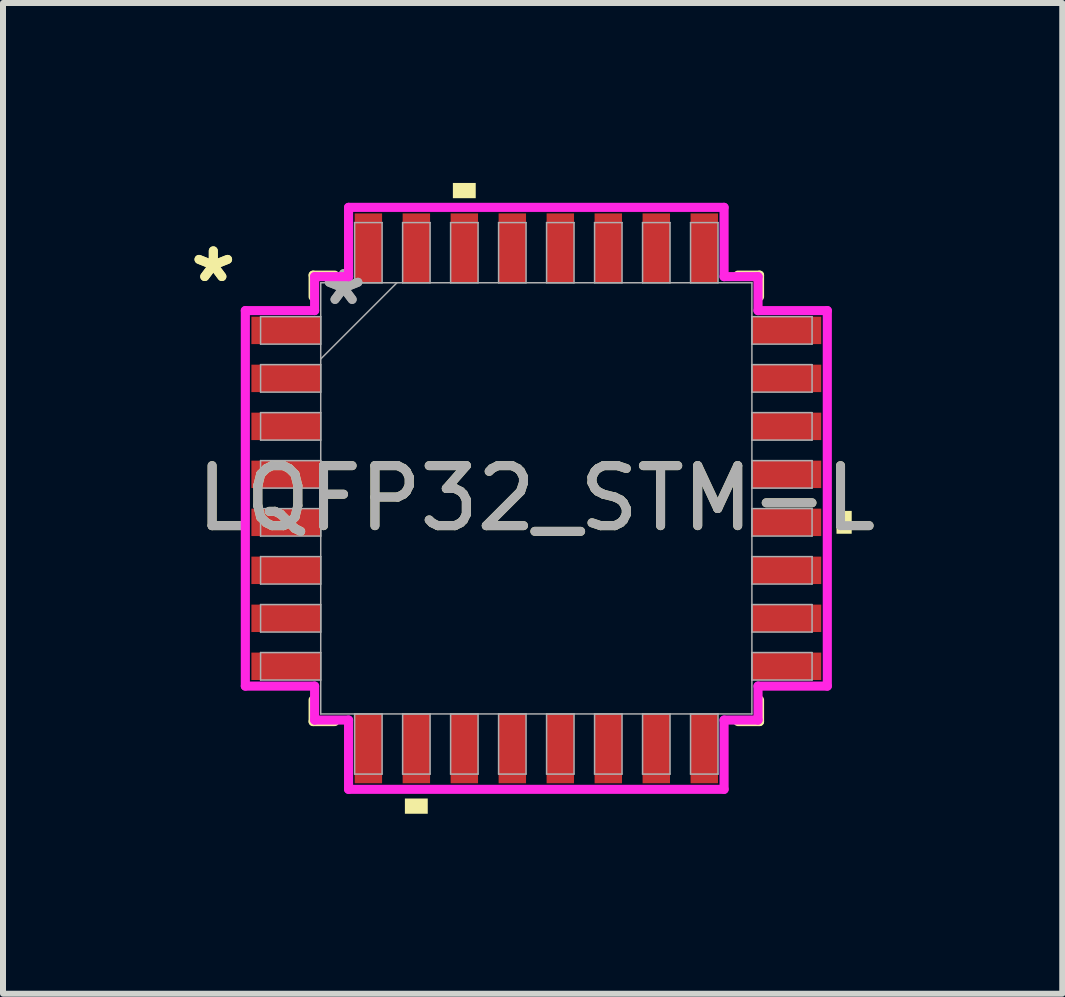
<source format=kicad_pcb>
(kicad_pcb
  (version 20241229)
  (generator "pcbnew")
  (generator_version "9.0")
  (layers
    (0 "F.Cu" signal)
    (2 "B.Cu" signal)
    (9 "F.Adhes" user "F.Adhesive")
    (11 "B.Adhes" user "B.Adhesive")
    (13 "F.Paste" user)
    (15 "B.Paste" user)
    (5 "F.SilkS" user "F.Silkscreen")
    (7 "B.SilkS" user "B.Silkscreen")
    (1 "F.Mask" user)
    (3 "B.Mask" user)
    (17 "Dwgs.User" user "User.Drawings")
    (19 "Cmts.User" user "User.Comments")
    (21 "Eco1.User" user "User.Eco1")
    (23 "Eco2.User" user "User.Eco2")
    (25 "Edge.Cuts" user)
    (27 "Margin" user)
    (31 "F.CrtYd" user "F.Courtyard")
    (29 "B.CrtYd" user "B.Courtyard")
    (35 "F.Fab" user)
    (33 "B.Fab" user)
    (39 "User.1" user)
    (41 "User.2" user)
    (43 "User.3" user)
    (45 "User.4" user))
  (footprint "LQFP32_STM-L"
    (layer "F.Cu")
    (at 5.891 5.258)
    (property "Reference" "LQFP32_STM-L" (at 0 0 0) (unlocked yes) (layer "F.SilkS") (effects (font (size 1 1) (thickness 0.15))))
    (attr smd)
    (fp_line (start -3.721 -3.721) (end -3.721 -3.361) (stroke (width 0.152) (type solid)) (layer "F.SilkS"))
    (fp_line (start -3.721 3.361) (end -3.721 3.721) (stroke (width 0.152) (type solid)) (layer "F.SilkS"))
    (fp_line (start -3.721 3.721) (end -3.361 3.721) (stroke (width 0.152) (type solid)) (layer "F.SilkS"))
    (fp_line (start -3.361 -3.721) (end -3.721 -3.721) (stroke (width 0.152) (type solid)) (layer "F.SilkS"))
    (fp_line (start 3.361 3.721) (end 3.721 3.721) (stroke (width 0.152) (type solid)) (layer "F.SilkS"))
    (fp_line (start 3.721 -3.721) (end 3.361 -3.721) (stroke (width 0.152) (type solid)) (layer "F.SilkS"))
    (fp_line (start 3.721 -3.361) (end 3.721 -3.721) (stroke (width 0.152) (type solid)) (layer "F.SilkS"))
    (fp_line (start 3.721 3.721) (end 3.721 3.361) (stroke (width 0.152) (type solid)) (layer "F.SilkS"))
    (fp_poly (pts (xy -2.191 5.004) (xy -2.191 5.258) (xy -1.81 5.258) (xy -1.81 5.004)) (stroke (width 0) (type solid)) (fill yes) (layer "F.SilkS"))
    (fp_poly (pts (xy -1.391 -5.004) (xy -1.391 -5.258) (xy -1.01 -5.258) (xy -1.01 -5.004)) (stroke (width 0) (type solid)) (fill yes) (layer "F.SilkS"))
    (fp_poly (pts (xy 5.258 0.209) (xy 5.258 0.59) (xy 5.004 0.59) (xy 5.004 0.209)) (stroke (width 0) (type solid)) (fill yes) (layer "F.SilkS"))
    (fp_line (start -4.851 -3.13) (end -3.696 -3.13) (stroke (width 0.152) (type solid)) (layer "F.CrtYd"))
    (fp_line (start -4.851 3.13) (end -4.851 -3.13) (stroke (width 0.152) (type solid)) (layer "F.CrtYd"))
    (fp_line (start -3.696 -3.696) (end -3.13 -3.696) (stroke (width 0.152) (type solid)) (layer "F.CrtYd"))
    (fp_line (start -3.696 -3.13) (end -3.696 -3.696) (stroke (width 0.152) (type solid)) (layer "F.CrtYd"))
    (fp_line (start -3.696 3.13) (end -4.851 3.13) (stroke (width 0.152) (type solid)) (layer "F.CrtYd"))
    (fp_line (start -3.696 3.696) (end -3.696 3.13) (stroke (width 0.152) (type solid)) (layer "F.CrtYd"))
    (fp_line (start -3.696 3.696) (end -3.13 3.696) (stroke (width 0.152) (type solid)) (layer "F.CrtYd"))
    (fp_line (start -3.13 -4.851) (end 3.13 -4.851) (stroke (width 0.152) (type solid)) (layer "F.CrtYd"))
    (fp_line (start -3.13 -3.696) (end -3.13 -4.851) (stroke (width 0.152) (type solid)) (layer "F.CrtYd"))
    (fp_line (start -3.13 3.696) (end -3.13 4.851) (stroke (width 0.152) (type solid)) (layer "F.CrtYd"))
    (fp_line (start -3.13 4.851) (end 3.13 4.851) (stroke (width 0.152) (type solid)) (layer "F.CrtYd"))
    (fp_line (start 3.13 -4.851) (end 3.13 -3.696) (stroke (width 0.152) (type solid)) (layer "F.CrtYd"))
    (fp_line (start 3.13 -3.696) (end 3.696 -3.696) (stroke (width 0.152) (type solid)) (layer "F.CrtYd"))
    (fp_line (start 3.13 3.696) (end 3.696 3.696) (stroke (width 0.152) (type solid)) (layer "F.CrtYd"))
    (fp_line (start 3.13 4.851) (end 3.13 3.696) (stroke (width 0.152) (type solid)) (layer "F.CrtYd"))
    (fp_line (start 3.696 -3.13) (end 3.696 -3.696) (stroke (width 0.152) (type solid)) (layer "F.CrtYd"))
    (fp_line (start 3.696 3.13) (end 4.851 3.13) (stroke (width 0.152) (type solid)) (layer "F.CrtYd"))
    (fp_line (start 3.696 3.696) (end 3.696 3.13) (stroke (width 0.152) (type solid)) (layer "F.CrtYd"))
    (fp_line (start 4.851 -3.13) (end 3.696 -3.13) (stroke (width 0.152) (type solid)) (layer "F.CrtYd"))
    (fp_line (start 4.851 3.13) (end 4.851 -3.13) (stroke (width 0.152) (type solid)) (layer "F.CrtYd"))
    (fp_line (start -4.597 -3.029) (end -4.597 -2.571) (stroke (width 0.025) (type solid)) (layer "F.Fab"))
    (fp_line (start -4.597 -2.571) (end -3.594 -2.571) (stroke (width 0.025) (type solid)) (layer "F.Fab"))
    (fp_line (start -4.597 -2.229) (end -4.597 -1.771) (stroke (width 0.025) (type solid)) (layer "F.Fab"))
    (fp_line (start -4.597 -1.771) (end -3.594 -1.771) (stroke (width 0.025) (type solid)) (layer "F.Fab"))
    (fp_line (start -4.597 -1.429) (end -4.597 -0.971) (stroke (width 0.025) (type solid)) (layer "F.Fab"))
    (fp_line (start -4.597 -0.971) (end -3.594 -0.971) (stroke (width 0.025) (type solid)) (layer "F.Fab"))
    (fp_line (start -4.597 -0.629) (end -4.597 -0.171) (stroke (width 0.025) (type solid)) (layer "F.Fab"))
    (fp_line (start -4.597 -0.171) (end -3.594 -0.171) (stroke (width 0.025) (type solid)) (layer "F.Fab"))
    (fp_line (start -4.597 0.171) (end -4.597 0.629) (stroke (width 0.025) (type solid)) (layer "F.Fab"))
    (fp_line (start -4.597 0.629) (end -3.594 0.629) (stroke (width 0.025) (type solid)) (layer "F.Fab"))
    (fp_line (start -4.597 0.971) (end -4.597 1.429) (stroke (width 0.025) (type solid)) (layer "F.Fab"))
    (fp_line (start -4.597 1.429) (end -3.594 1.429) (stroke (width 0.025) (type solid)) (layer "F.Fab"))
    (fp_line (start -4.597 1.771) (end -4.597 2.229) (stroke (width 0.025) (type solid)) (layer "F.Fab"))
    (fp_line (start -4.597 2.229) (end -3.594 2.229) (stroke (width 0.025) (type solid)) (layer "F.Fab"))
    (fp_line (start -4.597 2.571) (end -4.597 3.029) (stroke (width 0.025) (type solid)) (layer "F.Fab"))
    (fp_line (start -4.597 3.029) (end -3.594 3.029) (stroke (width 0.025) (type solid)) (layer "F.Fab"))
    (fp_line (start -3.594 -3.594) (end -3.594 3.594) (stroke (width 0.025) (type solid)) (layer "F.Fab"))
    (fp_line (start -3.594 -3.029) (end -4.597 -3.029) (stroke (width 0.025) (type solid)) (layer "F.Fab"))
    (fp_line (start -3.594 -2.571) (end -3.594 -3.029) (stroke (width 0.025) (type solid)) (layer "F.Fab"))
    (fp_line (start -3.594 -2.324) (end -2.324 -3.594) (stroke (width 0.025) (type solid)) (layer "F.Fab"))
    (fp_line (start -3.594 -2.229) (end -4.597 -2.229) (stroke (width 0.025) (type solid)) (layer "F.Fab"))
    (fp_line (start -3.594 -1.771) (end -3.594 -2.229) (stroke (width 0.025) (type solid)) (layer "F.Fab"))
    (fp_line (start -3.594 -1.429) (end -4.597 -1.429) (stroke (width 0.025) (type solid)) (layer "F.Fab"))
    (fp_line (start -3.594 -0.971) (end -3.594 -1.429) (stroke (width 0.025) (type solid)) (layer "F.Fab"))
    (fp_line (start -3.594 -0.629) (end -4.597 -0.629) (stroke (width 0.025) (type solid)) (layer "F.Fab"))
    (fp_line (start -3.594 -0.171) (end -3.594 -0.629) (stroke (width 0.025) (type solid)) (layer "F.Fab"))
    (fp_line (start -3.594 0.171) (end -4.597 0.171) (stroke (width 0.025) (type solid)) (layer "F.Fab"))
    (fp_line (start -3.594 0.629) (end -3.594 0.171) (stroke (width 0.025) (type solid)) (layer "F.Fab"))
    (fp_line (start -3.594 0.971) (end -4.597 0.971) (stroke (width 0.025) (type solid)) (layer "F.Fab"))
    (fp_line (start -3.594 1.429) (end -3.594 0.971) (stroke (width 0.025) (type solid)) (layer "F.Fab"))
    (fp_line (start -3.594 1.771) (end -4.597 1.771) (stroke (width 0.025) (type solid)) (layer "F.Fab"))
    (fp_line (start -3.594 2.229) (end -3.594 1.771) (stroke (width 0.025) (type solid)) (layer "F.Fab"))
    (fp_line (start -3.594 2.571) (end -4.597 2.571) (stroke (width 0.025) (type solid)) (layer "F.Fab"))
    (fp_line (start -3.594 3.029) (end -3.594 2.571) (stroke (width 0.025) (type solid)) (layer "F.Fab"))
    (fp_line (start -3.594 3.594) (end 3.594 3.594) (stroke (width 0.025) (type solid)) (layer "F.Fab"))
    (fp_line (start -3.029 -4.597) (end -3.029 -3.594) (stroke (width 0.025) (type solid)) (layer "F.Fab"))
    (fp_line (start -3.029 -3.594) (end -2.571 -3.594) (stroke (width 0.025) (type solid)) (layer "F.Fab"))
    (fp_line (start -3.029 3.594) (end -3.029 4.597) (stroke (width 0.025) (type solid)) (layer "F.Fab"))
    (fp_line (start -3.029 4.597) (end -2.571 4.597) (stroke (width 0.025) (type solid)) (layer "F.Fab"))
    (fp_line (start -2.571 -4.597) (end -3.029 -4.597) (stroke (width 0.025) (type solid)) (layer "F.Fab"))
    (fp_line (start -2.571 -3.594) (end -2.571 -4.597) (stroke (width 0.025) (type solid)) (layer "F.Fab"))
    (fp_line (start -2.571 3.594) (end -3.029 3.594) (stroke (width 0.025) (type solid)) (layer "F.Fab"))
    (fp_line (start -2.571 4.597) (end -2.571 3.594) (stroke (width 0.025) (type solid)) (layer "F.Fab"))
    (fp_line (start -2.229 -4.597) (end -2.229 -3.594) (stroke (width 0.025) (type solid)) (layer "F.Fab"))
    (fp_line (start -2.229 -3.594) (end -1.771 -3.594) (stroke (width 0.025) (type solid)) (layer "F.Fab"))
    (fp_line (start -2.229 3.594) (end -2.229 4.597) (stroke (width 0.025) (type solid)) (layer "F.Fab"))
    (fp_line (start -2.229 4.597) (end -1.771 4.597) (stroke (width 0.025) (type solid)) (layer "F.Fab"))
    (fp_line (start -1.771 -4.597) (end -2.229 -4.597) (stroke (width 0.025) (type solid)) (layer "F.Fab"))
    (fp_line (start -1.771 -3.594) (end -1.771 -4.597) (stroke (width 0.025) (type solid)) (layer "F.Fab"))
    (fp_line (start -1.771 3.594) (end -2.229 3.594) (stroke (width 0.025) (type solid)) (layer "F.Fab"))
    (fp_line (start -1.771 4.597) (end -1.771 3.594) (stroke (width 0.025) (type solid)) (layer "F.Fab"))
    (fp_line (start -1.429 -4.597) (end -1.429 -3.594) (stroke (width 0.025) (type solid)) (layer "F.Fab"))
    (fp_line (start -1.429 -3.594) (end -0.971 -3.594) (stroke (width 0.025) (type solid)) (layer "F.Fab"))
    (fp_line (start -1.429 3.594) (end -1.429 4.597) (stroke (width 0.025) (type solid)) (layer "F.Fab"))
    (fp_line (start -1.429 4.597) (end -0.971 4.597) (stroke (width 0.025) (type solid)) (layer "F.Fab"))
    (fp_line (start -0.971 -4.597) (end -1.429 -4.597) (stroke (width 0.025) (type solid)) (layer "F.Fab"))
    (fp_line (start -0.971 -3.594) (end -0.971 -4.597) (stroke (width 0.025) (type solid)) (layer "F.Fab"))
    (fp_line (start -0.971 3.594) (end -1.429 3.594) (stroke (width 0.025) (type solid)) (layer "F.Fab"))
    (fp_line (start -0.971 4.597) (end -0.971 3.594) (stroke (width 0.025) (type solid)) (layer "F.Fab"))
    (fp_line (start -0.629 -4.597) (end -0.629 -3.594) (stroke (width 0.025) (type solid)) (layer "F.Fab"))
    (fp_line (start -0.629 -3.594) (end -0.171 -3.594) (stroke (width 0.025) (type solid)) (layer "F.Fab"))
    (fp_line (start -0.629 3.594) (end -0.629 4.597) (stroke (width 0.025) (type solid)) (layer "F.Fab"))
    (fp_line (start -0.629 4.597) (end -0.171 4.597) (stroke (width 0.025) (type solid)) (layer "F.Fab"))
    (fp_line (start -0.171 -4.597) (end -0.629 -4.597) (stroke (width 0.025) (type solid)) (layer "F.Fab"))
    (fp_line (start -0.171 -3.594) (end -0.171 -4.597) (stroke (width 0.025) (type solid)) (layer "F.Fab"))
    (fp_line (start -0.171 3.594) (end -0.629 3.594) (stroke (width 0.025) (type solid)) (layer "F.Fab"))
    (fp_line (start -0.171 4.597) (end -0.171 3.594) (stroke (width 0.025) (type solid)) (layer "F.Fab"))
    (fp_line (start 0.171 -4.597) (end 0.171 -3.594) (stroke (width 0.025) (type solid)) (layer "F.Fab"))
    (fp_line (start 0.171 -3.594) (end 0.629 -3.594) (stroke (width 0.025) (type solid)) (layer "F.Fab"))
    (fp_line (start 0.171 3.594) (end 0.171 4.597) (stroke (width 0.025) (type solid)) (layer "F.Fab"))
    (fp_line (start 0.171 4.597) (end 0.629 4.597) (stroke (width 0.025) (type solid)) (layer "F.Fab"))
    (fp_line (start 0.629 -4.597) (end 0.171 -4.597) (stroke (width 0.025) (type solid)) (layer "F.Fab"))
    (fp_line (start 0.629 -3.594) (end 0.629 -4.597) (stroke (width 0.025) (type solid)) (layer "F.Fab"))
    (fp_line (start 0.629 3.594) (end 0.171 3.594) (stroke (width 0.025) (type solid)) (layer "F.Fab"))
    (fp_line (start 0.629 4.597) (end 0.629 3.594) (stroke (width 0.025) (type solid)) (layer "F.Fab"))
    (fp_line (start 0.971 -4.597) (end 0.971 -3.594) (stroke (width 0.025) (type solid)) (layer "F.Fab"))
    (fp_line (start 0.971 -3.594) (end 1.429 -3.594) (stroke (width 0.025) (type solid)) (layer "F.Fab"))
    (fp_line (start 0.971 3.594) (end 0.971 4.597) (stroke (width 0.025) (type solid)) (layer "F.Fab"))
    (fp_line (start 0.971 4.597) (end 1.429 4.597) (stroke (width 0.025) (type solid)) (layer "F.Fab"))
    (fp_line (start 1.429 -4.597) (end 0.971 -4.597) (stroke (width 0.025) (type solid)) (layer "F.Fab"))
    (fp_line (start 1.429 -3.594) (end 1.429 -4.597) (stroke (width 0.025) (type solid)) (layer "F.Fab"))
    (fp_line (start 1.429 3.594) (end 0.971 3.594) (stroke (width 0.025) (type solid)) (layer "F.Fab"))
    (fp_line (start 1.429 4.597) (end 1.429 3.594) (stroke (width 0.025) (type solid)) (layer "F.Fab"))
    (fp_line (start 1.771 -4.597) (end 1.771 -3.594) (stroke (width 0.025) (type solid)) (layer "F.Fab"))
    (fp_line (start 1.771 -3.594) (end 2.229 -3.594) (stroke (width 0.025) (type solid)) (layer "F.Fab"))
    (fp_line (start 1.771 3.594) (end 1.771 4.597) (stroke (width 0.025) (type solid)) (layer "F.Fab"))
    (fp_line (start 1.771 4.597) (end 2.229 4.597) (stroke (width 0.025) (type solid)) (layer "F.Fab"))
    (fp_line (start 2.229 -4.597) (end 1.771 -4.597) (stroke (width 0.025) (type solid)) (layer "F.Fab"))
    (fp_line (start 2.229 -3.594) (end 2.229 -4.597) (stroke (width 0.025) (type solid)) (layer "F.Fab"))
    (fp_line (start 2.229 3.594) (end 1.771 3.594) (stroke (width 0.025) (type solid)) (layer "F.Fab"))
    (fp_line (start 2.229 4.597) (end 2.229 3.594) (stroke (width 0.025) (type solid)) (layer "F.Fab"))
    (fp_line (start 2.571 -4.597) (end 2.571 -3.594) (stroke (width 0.025) (type solid)) (layer "F.Fab"))
    (fp_line (start 2.571 -3.594) (end 3.029 -3.594) (stroke (width 0.025) (type solid)) (layer "F.Fab"))
    (fp_line (start 2.571 3.594) (end 2.571 4.597) (stroke (width 0.025) (type solid)) (layer "F.Fab"))
    (fp_line (start 2.571 4.597) (end 3.029 4.597) (stroke (width 0.025) (type solid)) (layer "F.Fab"))
    (fp_line (start 3.029 -4.597) (end 2.571 -4.597) (stroke (width 0.025) (type solid)) (layer "F.Fab"))
    (fp_line (start 3.029 -3.594) (end 3.029 -4.597) (stroke (width 0.025) (type solid)) (layer "F.Fab"))
    (fp_line (start 3.029 3.594) (end 2.571 3.594) (stroke (width 0.025) (type solid)) (layer "F.Fab"))
    (fp_line (start 3.029 4.597) (end 3.029 3.594) (stroke (width 0.025) (type solid)) (layer "F.Fab"))
    (fp_line (start 3.594 -3.594) (end -3.594 -3.594) (stroke (width 0.025) (type solid)) (layer "F.Fab"))
    (fp_line (start 3.594 -3.029) (end 3.594 -2.571) (stroke (width 0.025) (type solid)) (layer "F.Fab"))
    (fp_line (start 3.594 -2.571) (end 4.597 -2.571) (stroke (width 0.025) (type solid)) (layer "F.Fab"))
    (fp_line (start 3.594 -2.229) (end 3.594 -1.771) (stroke (width 0.025) (type solid)) (layer "F.Fab"))
    (fp_line (start 3.594 -1.771) (end 4.597 -1.771) (stroke (width 0.025) (type solid)) (layer "F.Fab"))
    (fp_line (start 3.594 -1.429) (end 3.594 -0.971) (stroke (width 0.025) (type solid)) (layer "F.Fab"))
    (fp_line (start 3.594 -0.971) (end 4.597 -0.971) (stroke (width 0.025) (type solid)) (layer "F.Fab"))
    (fp_line (start 3.594 -0.629) (end 3.594 -0.171) (stroke (width 0.025) (type solid)) (layer "F.Fab"))
    (fp_line (start 3.594 -0.171) (end 4.597 -0.171) (stroke (width 0.025) (type solid)) (layer "F.Fab"))
    (fp_line (start 3.594 0.171) (end 3.594 0.629) (stroke (width 0.025) (type solid)) (layer "F.Fab"))
    (fp_line (start 3.594 0.629) (end 4.597 0.629) (stroke (width 0.025) (type solid)) (layer "F.Fab"))
    (fp_line (start 3.594 0.971) (end 3.594 1.429) (stroke (width 0.025) (type solid)) (layer "F.Fab"))
    (fp_line (start 3.594 1.429) (end 4.597 1.429) (stroke (width 0.025) (type solid)) (layer "F.Fab"))
    (fp_line (start 3.594 1.771) (end 3.594 2.229) (stroke (width 0.025) (type solid)) (layer "F.Fab"))
    (fp_line (start 3.594 2.229) (end 4.597 2.229) (stroke (width 0.025) (type solid)) (layer "F.Fab"))
    (fp_line (start 3.594 2.571) (end 3.594 3.029) (stroke (width 0.025) (type solid)) (layer "F.Fab"))
    (fp_line (start 3.594 3.029) (end 4.597 3.029) (stroke (width 0.025) (type solid)) (layer "F.Fab"))
    (fp_line (start 3.594 3.594) (end 3.594 -3.594) (stroke (width 0.025) (type solid)) (layer "F.Fab"))
    (fp_line (start 4.597 -3.029) (end 3.594 -3.029) (stroke (width 0.025) (type solid)) (layer "F.Fab"))
    (fp_line (start 4.597 -2.571) (end 4.597 -3.029) (stroke (width 0.025) (type solid)) (layer "F.Fab"))
    (fp_line (start 4.597 -2.229) (end 3.594 -2.229) (stroke (width 0.025) (type solid)) (layer "F.Fab"))
    (fp_line (start 4.597 -1.771) (end 4.597 -2.229) (stroke (width 0.025) (type solid)) (layer "F.Fab"))
    (fp_line (start 4.597 -1.429) (end 3.594 -1.429) (stroke (width 0.025) (type solid)) (layer "F.Fab"))
    (fp_line (start 4.597 -0.971) (end 4.597 -1.429) (stroke (width 0.025) (type solid)) (layer "F.Fab"))
    (fp_line (start 4.597 -0.629) (end 3.594 -0.629) (stroke (width 0.025) (type solid)) (layer "F.Fab"))
    (fp_line (start 4.597 -0.171) (end 4.597 -0.629) (stroke (width 0.025) (type solid)) (layer "F.Fab"))
    (fp_line (start 4.597 0.171) (end 3.594 0.171) (stroke (width 0.025) (type solid)) (layer "F.Fab"))
    (fp_line (start 4.597 0.629) (end 4.597 0.171) (stroke (width 0.025) (type solid)) (layer "F.Fab"))
    (fp_line (start 4.597 0.971) (end 3.594 0.971) (stroke (width 0.025) (type solid)) (layer "F.Fab"))
    (fp_line (start 4.597 1.429) (end 4.597 0.971) (stroke (width 0.025) (type solid)) (layer "F.Fab"))
    (fp_line (start 4.597 1.771) (end 3.594 1.771) (stroke (width 0.025) (type solid)) (layer "F.Fab"))
    (fp_line (start 4.597 2.229) (end 4.597 1.771) (stroke (width 0.025) (type solid)) (layer "F.Fab"))
    (fp_line (start 4.597 2.571) (end 3.594 2.571) (stroke (width 0.025) (type solid)) (layer "F.Fab"))
    (fp_line (start 4.597 3.029) (end 4.597 2.571) (stroke (width 0.025) (type solid)) (layer "F.Fab"))
    (fp_text user "*" (at -5.385 -3.581 0) (layer "F.SilkS") (effects (font (size 1 1) (thickness 0.15))))
    (fp_text user "*" (at -5.385 -3.581 0) (unlocked yes) (layer "F.SilkS") (effects (font (size 1 1) (thickness 0.15))))
    (fp_text user "*" (at -3.213 -3.2 0) (layer "F.Fab") (effects (font (size 1 1) (thickness 0.15))))
    (fp_text user "*" (at -3.213 -3.2 0) (unlocked yes) (layer "F.Fab") (effects (font (size 1 1) (thickness 0.15))))
    (fp_text user "${REFERENCE}" (at 0 0 0) (unlocked yes) (layer "F.Fab") (effects (font (size 1 1) (thickness 0.15))))
    (pad "1" smd rect (at -4.172 -2.8 90) (size 0.457 1.156) (layers "F.Cu" "F.Mask" "F.Paste"))
    (pad "2" smd rect (at -4.172 -2 90) (size 0.457 1.156) (layers "F.Cu" "F.Mask" "F.Paste"))
    (pad "3" smd rect (at -4.172 -1.2 90) (size 0.457 1.156) (layers "F.Cu" "F.Mask" "F.Paste"))
    (pad "4" smd rect (at -4.172 -0.4 90) (size 0.457 1.156) (layers "F.Cu" "F.Mask" "F.Paste"))
    (pad "5" smd rect (at -4.172 0.4 90) (size 0.457 1.156) (layers "F.Cu" "F.Mask" "F.Paste"))
    (pad "6" smd rect (at -4.172 1.2 90) (size 0.457 1.156) (layers "F.Cu" "F.Mask" "F.Paste"))
    (pad "7" smd rect (at -4.172 2 90) (size 0.457 1.156) (layers "F.Cu" "F.Mask" "F.Paste"))
    (pad "8" smd rect (at -4.172 2.8 90) (size 0.457 1.156) (layers "F.Cu" "F.Mask" "F.Paste"))
    (pad "9" smd rect (at -2.8 4.172) (size 0.457 1.156) (layers "F.Cu" "F.Mask" "F.Paste"))
    (pad "10" smd rect (at -2 4.172) (size 0.457 1.156) (layers "F.Cu" "F.Mask" "F.Paste"))
    (pad "11" smd rect (at -1.2 4.172) (size 0.457 1.156) (layers "F.Cu" "F.Mask" "F.Paste"))
    (pad "12" smd rect (at -0.4 4.172) (size 0.457 1.156) (layers "F.Cu" "F.Mask" "F.Paste"))
    (pad "13" smd rect (at 0.4 4.172) (size 0.457 1.156) (layers "F.Cu" "F.Mask" "F.Paste"))
    (pad "14" smd rect (at 1.2 4.172) (size 0.457 1.156) (layers "F.Cu" "F.Mask" "F.Paste"))
    (pad "15" smd rect (at 2 4.172) (size 0.457 1.156) (layers "F.Cu" "F.Mask" "F.Paste"))
    (pad "16" smd rect (at 2.8 4.172) (size 0.457 1.156) (layers "F.Cu" "F.Mask" "F.Paste"))
    (pad "17" smd rect (at 4.172 2.8 90) (size 0.457 1.156) (layers "F.Cu" "F.Mask" "F.Paste"))
    (pad "18" smd rect (at 4.172 2 90) (size 0.457 1.156) (layers "F.Cu" "F.Mask" "F.Paste"))
    (pad "19" smd rect (at 4.172 1.2 90) (size 0.457 1.156) (layers "F.Cu" "F.Mask" "F.Paste"))
    (pad "20" smd rect (at 4.172 0.4 90) (size 0.457 1.156) (layers "F.Cu" "F.Mask" "F.Paste"))
    (pad "21" smd rect (at 4.172 -0.4 90) (size 0.457 1.156) (layers "F.Cu" "F.Mask" "F.Paste"))
    (pad "22" smd rect (at 4.172 -1.2 90) (size 0.457 1.156) (layers "F.Cu" "F.Mask" "F.Paste"))
    (pad "23" smd rect (at 4.172 -2 90) (size 0.457 1.156) (layers "F.Cu" "F.Mask" "F.Paste"))
    (pad "24" smd rect (at 4.172 -2.8 90) (size 0.457 1.156) (layers "F.Cu" "F.Mask" "F.Paste"))
    (pad "25" smd rect (at 2.8 -4.172) (size 0.457 1.156) (layers "F.Cu" "F.Mask" "F.Paste"))
    (pad "26" smd rect (at 2 -4.172) (size 0.457 1.156) (layers "F.Cu" "F.Mask" "F.Paste"))
    (pad "27" smd rect (at 1.2 -4.172) (size 0.457 1.156) (layers "F.Cu" "F.Mask" "F.Paste"))
    (pad "28" smd rect (at 0.4 -4.172) (size 0.457 1.156) (layers "F.Cu" "F.Mask" "F.Paste"))
    (pad "29" smd rect (at -0.4 -4.172) (size 0.457 1.156) (layers "F.Cu" "F.Mask" "F.Paste"))
    (pad "30" smd rect (at -1.2 -4.172) (size 0.457 1.156) (layers "F.Cu" "F.Mask" "F.Paste"))
    (pad "31" smd rect (at -2 -4.172) (size 0.457 1.156) (layers "F.Cu" "F.Mask" "F.Paste"))
    (pad "32" smd rect (at -2.8 -4.172) (size 0.457 1.156) (layers "F.Cu" "F.Mask" "F.Paste")))
  (gr_rect
    (start -3 -3)
    (end 14.659 13.516)
    (stroke (width 0.1) (type default))
    (fill no)
    (layer "Edge.Cuts")))
</source>
